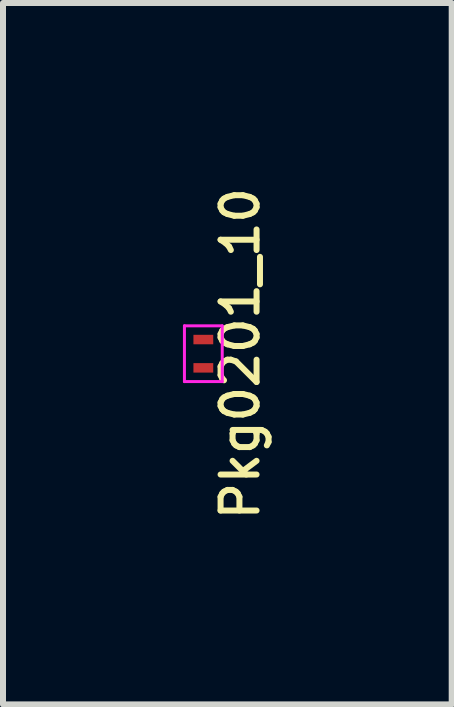
<source format=kicad_pcb>
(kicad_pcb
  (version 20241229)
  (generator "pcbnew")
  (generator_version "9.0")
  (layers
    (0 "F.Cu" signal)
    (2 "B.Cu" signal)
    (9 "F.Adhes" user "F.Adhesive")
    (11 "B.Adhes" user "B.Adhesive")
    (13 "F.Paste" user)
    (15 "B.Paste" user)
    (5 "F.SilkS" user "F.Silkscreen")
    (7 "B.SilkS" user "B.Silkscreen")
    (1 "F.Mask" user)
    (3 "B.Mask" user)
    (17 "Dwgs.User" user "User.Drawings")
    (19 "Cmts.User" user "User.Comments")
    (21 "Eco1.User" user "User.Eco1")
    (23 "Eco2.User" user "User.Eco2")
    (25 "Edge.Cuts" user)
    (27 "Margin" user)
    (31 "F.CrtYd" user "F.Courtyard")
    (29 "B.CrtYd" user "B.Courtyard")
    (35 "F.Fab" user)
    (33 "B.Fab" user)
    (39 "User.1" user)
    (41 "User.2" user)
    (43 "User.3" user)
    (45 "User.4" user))
  (footprint "Pkg0201_10"
    (layer "F.Cu")
    (at 0.34 2.847)
    (property "Reference" "Pkg0201_10" (at 0.615 0 90) (layer "F.SilkS") (effects (font (size 0.6 0.6) (thickness 0.1))))
    (fp_line (start -0.315 -0.465) (end -0.315 0.465) (stroke (width 0.05) (type solid)) (layer "F.CrtYd"))
    (fp_line (start -0.315 0.465) (end 0.315 0.465) (stroke (width 0.05) (type solid)) (layer "F.CrtYd"))
    (fp_line (start 0.315 -0.465) (end -0.315 -0.465) (stroke (width 0.05) (type solid)) (layer "F.CrtYd"))
    (fp_line (start 0.315 0.465) (end 0.315 -0.465) (stroke (width 0.05) (type solid)) (layer "F.CrtYd"))
    (pad "1" smd rect (at 0 -0.236) (size 0.33 0.158) (layers "F.Cu" "F.Mask" "F.Paste"))
    (pad "2" smd rect (at 0 0.236) (size 0.33 0.158) (layers "F.Cu" "F.Mask" "F.Paste")))
  (gr_rect
    (start -3 -3)
    (end 4.481 8.694)
    (stroke (width 0.1) (type default))
    (fill no)
    (layer "Edge.Cuts")))
</source>
